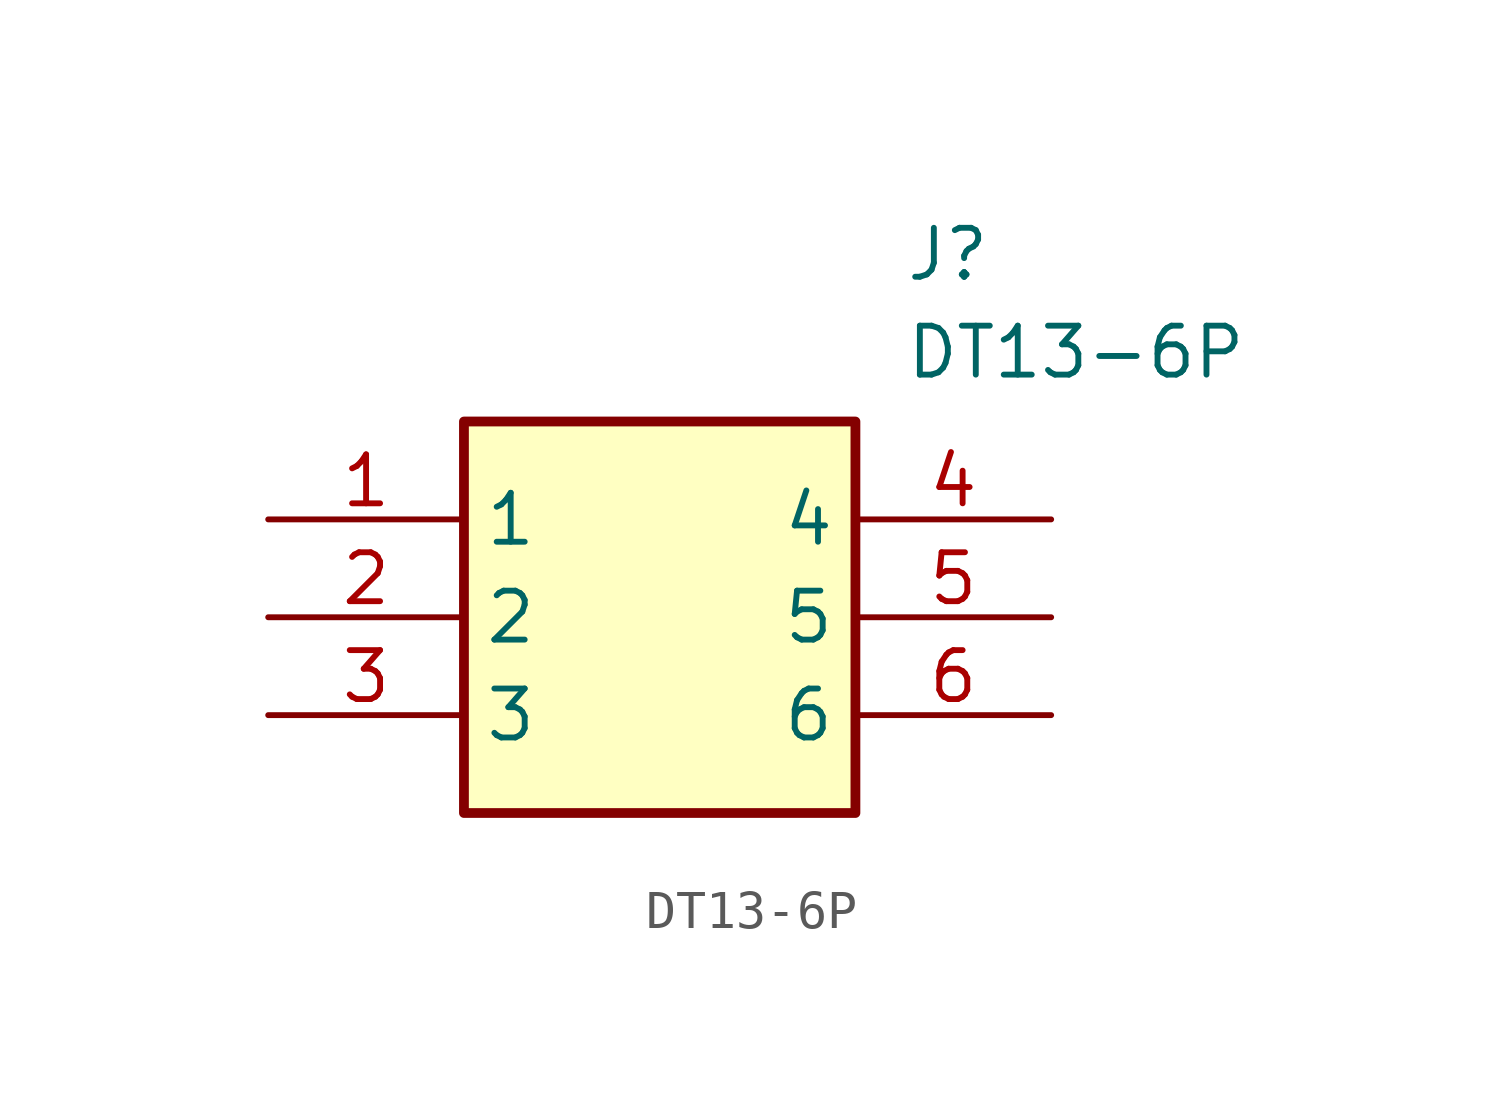
<source format=kicad_sym>
(kicad_symbol_lib
  (version 20211014)
  (generator SamacSys_ECAD_Model)
  (symbol "DT13-6P"
    (property "Reference" "J"
      (at 16.51 7.62 0)
      (effects (font (size 1.27 1.27)) (justify left top)))
    (property "Value" "DT13-6P"
      (at 16.51 5.08 0)
      (effects (font (size 1.27 1.27)) (justify left top)))
    (rectangle
      (start 5.08 2.54)
      (end 15.24 -7.62)
      (stroke (width 0.254) (type default))
      (fill (type background)))
    (pin passive line
      (at 0 0 0)
      (length 5.08)
      (name "1" (effects (font (size 1.27 1.27))))
      (number "1" (effects (font (size 1.27 1.27)))))
    (pin passive line
      (at 0 -2.54 0)
      (length 5.08)
      (name "2" (effects (font (size 1.27 1.27))))
      (number "2" (effects (font (size 1.27 1.27)))))
    (pin passive line
      (at 0 -5.08 0)
      (length 5.08)
      (name "3" (effects (font (size 1.27 1.27))))
      (number "3" (effects (font (size 1.27 1.27)))))
    (pin passive line
      (at 20.32 0 180)
      (length 5.08)
      (name "4" (effects (font (size 1.27 1.27))))
      (number "4" (effects (font (size 1.27 1.27)))))
    (pin passive line
      (at 20.32 -2.54 180)
      (length 5.08)
      (name "5" (effects (font (size 1.27 1.27))))
      (number "5" (effects (font (size 1.27 1.27)))))
    (pin passive line
      (at 20.32 -5.08 180)
      (length 5.08)
      (name "6" (effects (font (size 1.27 1.27))))
      (number "6" (effects (font (size 1.27 1.27)))))))
</source>
